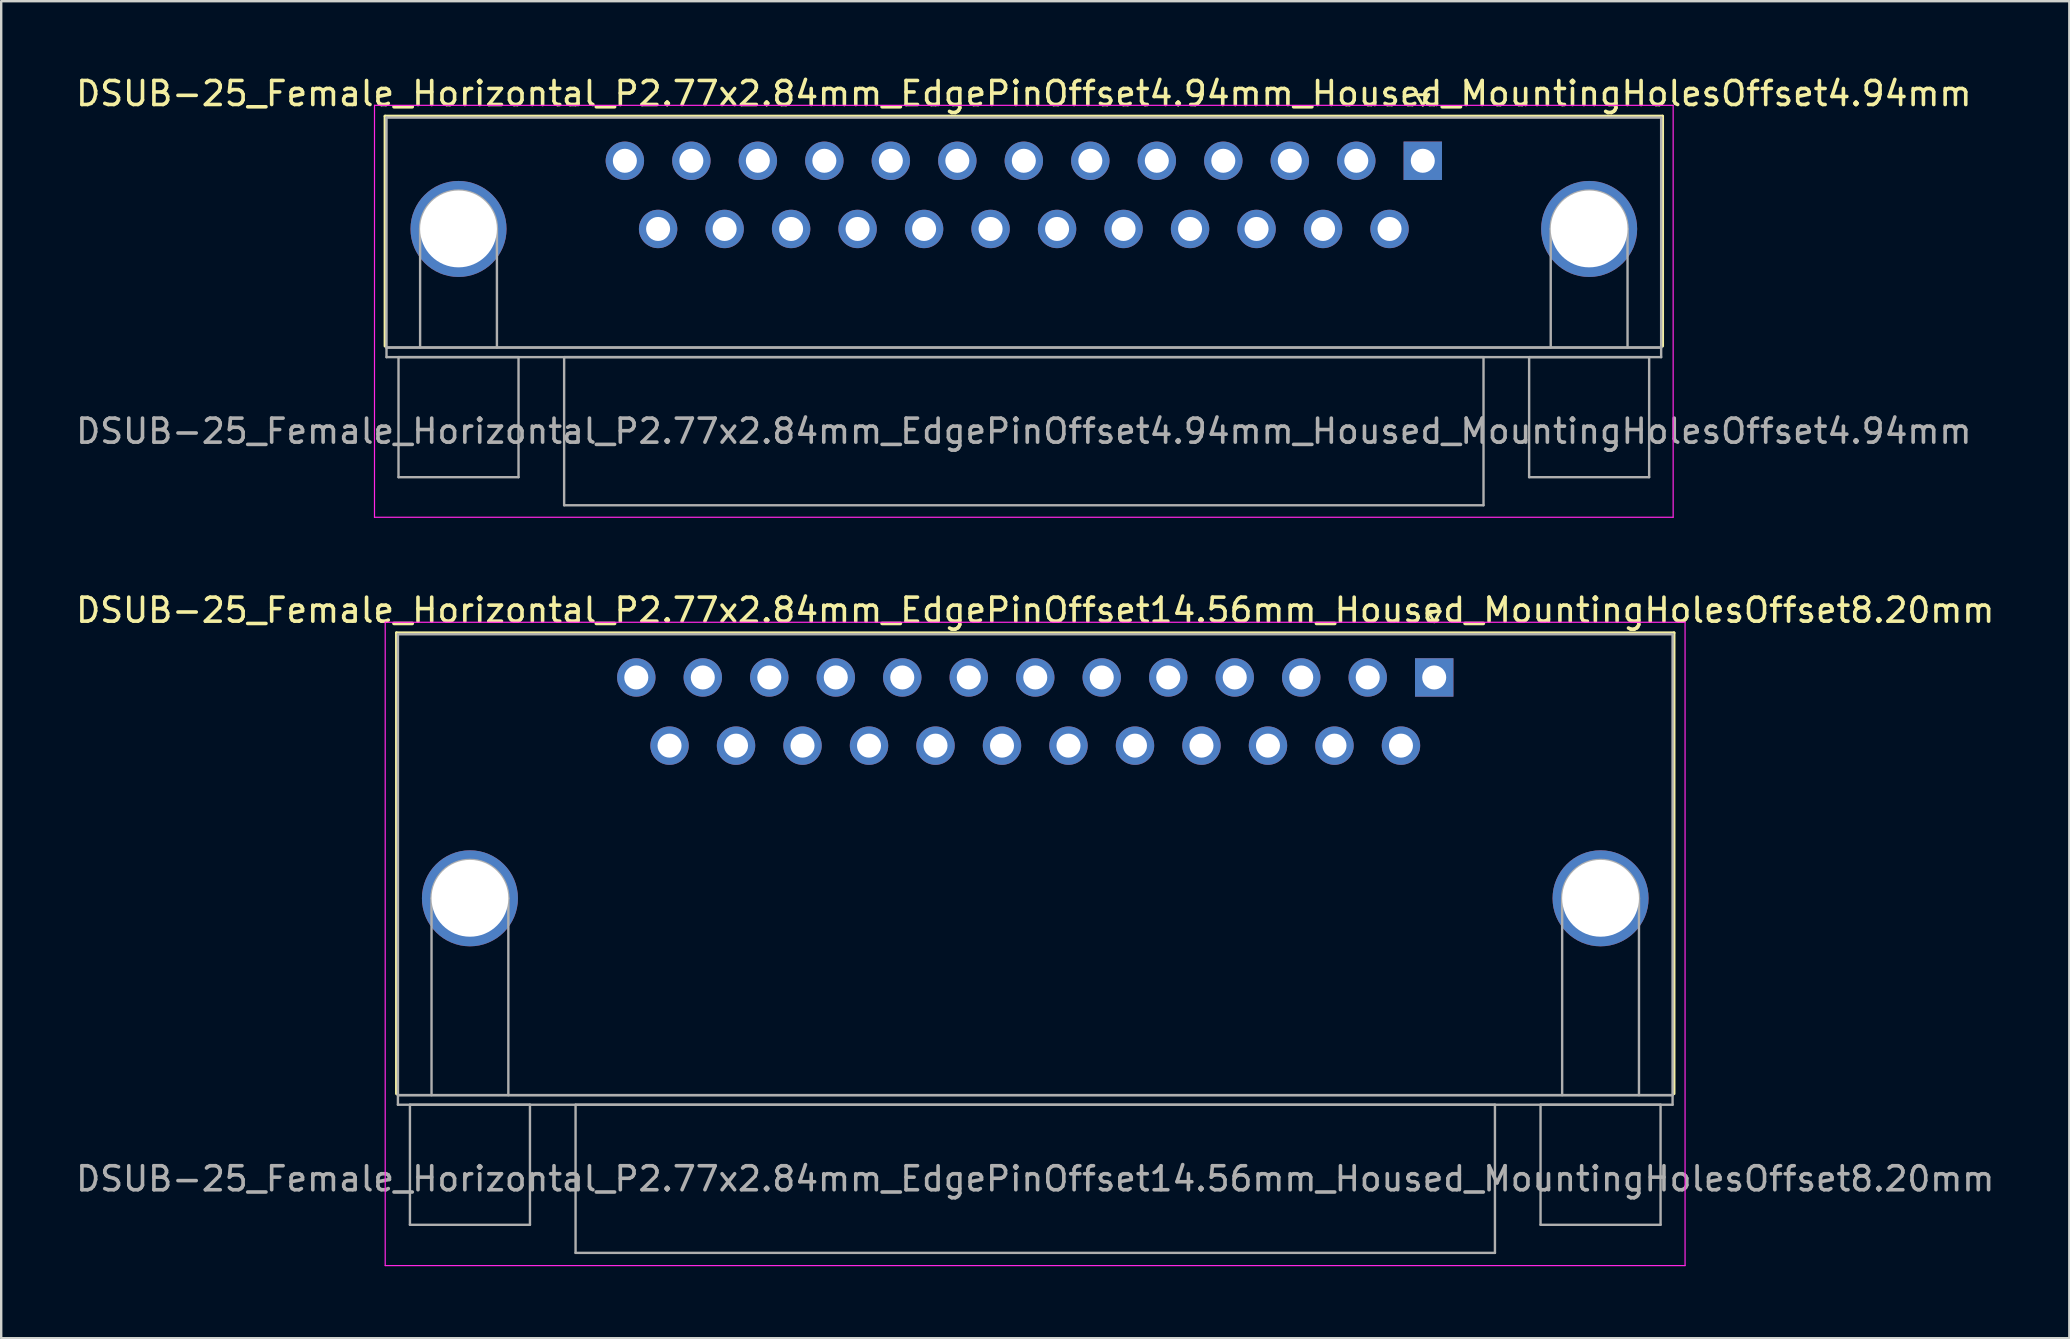
<source format=kicad_pcb>
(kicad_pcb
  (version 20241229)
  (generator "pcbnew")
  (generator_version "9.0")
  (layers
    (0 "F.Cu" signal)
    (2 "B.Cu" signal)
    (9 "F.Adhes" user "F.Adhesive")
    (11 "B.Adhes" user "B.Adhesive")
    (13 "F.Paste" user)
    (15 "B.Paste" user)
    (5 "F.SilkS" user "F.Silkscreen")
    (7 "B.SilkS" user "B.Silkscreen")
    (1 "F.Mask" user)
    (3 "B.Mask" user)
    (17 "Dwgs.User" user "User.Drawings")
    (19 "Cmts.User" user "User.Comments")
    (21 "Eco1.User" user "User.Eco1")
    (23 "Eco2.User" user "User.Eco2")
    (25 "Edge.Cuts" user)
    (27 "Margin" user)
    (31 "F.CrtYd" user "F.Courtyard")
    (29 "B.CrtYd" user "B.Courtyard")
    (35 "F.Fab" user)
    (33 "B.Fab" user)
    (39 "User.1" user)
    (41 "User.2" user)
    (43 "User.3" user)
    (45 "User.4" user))
  (footprint "DSUB-25_Female_Horizontal_P2.77x2.84mm_EdgePinOffset4.94mm_Housed_MountingHolesOffset4.94mm"
    (layer "F.Cu")
    (at 56.221 3.648)
    (property "Reference" "DSUB-25_Female_Horizontal_P2.77x2.84mm_EdgePinOffset4.94mm_Housed_MountingHolesOffset4.94mm" (at -16.62 -2.8 0) (layer "F.SilkS") (effects (font (size 1 1) (thickness 0.15))))
    (attr through_hole)
    (fp_line (start -43.23 -1.86) (end 9.99 -1.86) (stroke (width 0.12) (type solid)) (layer "F.SilkS"))
    (fp_line (start -43.23 7.72) (end -43.23 -1.86) (stroke (width 0.12) (type solid)) (layer "F.SilkS"))
    (fp_line (start -0.25 -2.754) (end 0.25 -2.754) (stroke (width 0.12) (type solid)) (layer "F.SilkS"))
    (fp_line (start 0 -2.321) (end -0.25 -2.754) (stroke (width 0.12) (type solid)) (layer "F.SilkS"))
    (fp_line (start 0.25 -2.754) (end 0 -2.321) (stroke (width 0.12) (type solid)) (layer "F.SilkS"))
    (fp_line (start 9.99 -1.86) (end 9.99 7.72) (stroke (width 0.12) (type solid)) (layer "F.SilkS"))
    (fp_line (start -43.67 -2.31) (end -43.67 14.85) (stroke (width 0.05) (type solid)) (layer "F.CrtYd"))
    (fp_line (start -43.67 14.85) (end 10.43 14.85) (stroke (width 0.05) (type solid)) (layer "F.CrtYd"))
    (fp_line (start 10.43 -2.31) (end -43.67 -2.31) (stroke (width 0.05) (type solid)) (layer "F.CrtYd"))
    (fp_line (start 10.43 14.85) (end 10.43 -2.31) (stroke (width 0.05) (type solid)) (layer "F.CrtYd"))
    (fp_line (start -43.17 -1.8) (end -43.17 7.78) (stroke (width 0.1) (type solid)) (layer "F.Fab"))
    (fp_line (start -43.17 7.78) (end -43.17 8.18) (stroke (width 0.1) (type solid)) (layer "F.Fab"))
    (fp_line (start -43.17 7.78) (end 9.93 7.78) (stroke (width 0.1) (type solid)) (layer "F.Fab"))
    (fp_line (start -43.17 8.18) (end 9.93 8.18) (stroke (width 0.1) (type solid)) (layer "F.Fab"))
    (fp_line (start -42.67 8.18) (end -42.67 13.18) (stroke (width 0.1) (type solid)) (layer "F.Fab"))
    (fp_line (start -42.67 13.18) (end -37.67 13.18) (stroke (width 0.1) (type solid)) (layer "F.Fab"))
    (fp_line (start -41.77 7.78) (end -41.77 2.84) (stroke (width 0.1) (type solid)) (layer "F.Fab"))
    (fp_line (start -38.57 7.78) (end -38.57 2.84) (stroke (width 0.1) (type solid)) (layer "F.Fab"))
    (fp_line (start -37.67 8.18) (end -42.67 8.18) (stroke (width 0.1) (type solid)) (layer "F.Fab"))
    (fp_line (start -37.67 13.18) (end -37.67 8.18) (stroke (width 0.1) (type solid)) (layer "F.Fab"))
    (fp_line (start -35.77 8.18) (end -35.77 14.35) (stroke (width 0.1) (type solid)) (layer "F.Fab"))
    (fp_line (start -35.77 14.35) (end 2.53 14.35) (stroke (width 0.1) (type solid)) (layer "F.Fab"))
    (fp_line (start 2.53 8.18) (end -35.77 8.18) (stroke (width 0.1) (type solid)) (layer "F.Fab"))
    (fp_line (start 2.53 14.35) (end 2.53 8.18) (stroke (width 0.1) (type solid)) (layer "F.Fab"))
    (fp_line (start 4.43 8.18) (end 4.43 13.18) (stroke (width 0.1) (type solid)) (layer "F.Fab"))
    (fp_line (start 4.43 13.18) (end 9.43 13.18) (stroke (width 0.1) (type solid)) (layer "F.Fab"))
    (fp_line (start 5.33 7.78) (end 5.33 2.84) (stroke (width 0.1) (type solid)) (layer "F.Fab"))
    (fp_line (start 8.53 7.78) (end 8.53 2.84) (stroke (width 0.1) (type solid)) (layer "F.Fab"))
    (fp_line (start 9.43 8.18) (end 4.43 8.18) (stroke (width 0.1) (type solid)) (layer "F.Fab"))
    (fp_line (start 9.43 13.18) (end 9.43 8.18) (stroke (width 0.1) (type solid)) (layer "F.Fab"))
    (fp_line (start 9.93 -1.8) (end -43.17 -1.8) (stroke (width 0.1) (type solid)) (layer "F.Fab"))
    (fp_line (start 9.93 7.78) (end -43.17 7.78) (stroke (width 0.1) (type solid)) (layer "F.Fab"))
    (fp_line (start 9.93 7.78) (end 9.93 -1.8) (stroke (width 0.1) (type solid)) (layer "F.Fab"))
    (fp_line (start 9.93 8.18) (end 9.93 7.78) (stroke (width 0.1) (type solid)) (layer "F.Fab"))
    (fp_arc (start -41.77 2.84) (mid -40.17 1.24) (end -38.57 2.84) (stroke (width 0.1) (type solid)) (layer "F.Fab"))
    (fp_arc (start 5.33 2.84) (mid 6.93 1.24) (end 8.53 2.84) (stroke (width 0.1) (type solid)) (layer "F.Fab"))
    (fp_text user "${REFERENCE}" (at -16.62 11.265 0) (layer "F.Fab") (effects (font (size 1 1) (thickness 0.15))))
    (pad "0" thru_hole circle (at -40.17 2.84) (size 4 4) (drill 3.2) (layers "*.Cu" "*.Mask"))
    (pad "0" thru_hole circle (at 6.93 2.84) (size 4 4) (drill 3.2) (layers "*.Cu" "*.Mask"))
    (pad "1" thru_hole rect (at 0 0) (size 1.6 1.6) (drill 1) (layers "*.Cu" "*.Mask"))
    (pad "2" thru_hole circle (at -2.77 0) (size 1.6 1.6) (drill 1) (layers "*.Cu" "*.Mask"))
    (pad "3" thru_hole circle (at -5.54 0) (size 1.6 1.6) (drill 1) (layers "*.Cu" "*.Mask"))
    (pad "4" thru_hole circle (at -8.31 0) (size 1.6 1.6) (drill 1) (layers "*.Cu" "*.Mask"))
    (pad "5" thru_hole circle (at -11.08 0) (size 1.6 1.6) (drill 1) (layers "*.Cu" "*.Mask"))
    (pad "6" thru_hole circle (at -13.85 0) (size 1.6 1.6) (drill 1) (layers "*.Cu" "*.Mask"))
    (pad "7" thru_hole circle (at -16.62 0) (size 1.6 1.6) (drill 1) (layers "*.Cu" "*.Mask"))
    (pad "8" thru_hole circle (at -19.39 0) (size 1.6 1.6) (drill 1) (layers "*.Cu" "*.Mask"))
    (pad "9" thru_hole circle (at -22.16 0) (size 1.6 1.6) (drill 1) (layers "*.Cu" "*.Mask"))
    (pad "10" thru_hole circle (at -24.93 0) (size 1.6 1.6) (drill 1) (layers "*.Cu" "*.Mask"))
    (pad "11" thru_hole circle (at -27.7 0) (size 1.6 1.6) (drill 1) (layers "*.Cu" "*.Mask"))
    (pad "12" thru_hole circle (at -30.47 0) (size 1.6 1.6) (drill 1) (layers "*.Cu" "*.Mask"))
    (pad "13" thru_hole circle (at -33.24 0) (size 1.6 1.6) (drill 1) (layers "*.Cu" "*.Mask"))
    (pad "14" thru_hole circle (at -1.385 2.84) (size 1.6 1.6) (drill 1) (layers "*.Cu" "*.Mask"))
    (pad "15" thru_hole circle (at -4.155 2.84) (size 1.6 1.6) (drill 1) (layers "*.Cu" "*.Mask"))
    (pad "16" thru_hole circle (at -6.925 2.84) (size 1.6 1.6) (drill 1) (layers "*.Cu" "*.Mask"))
    (pad "17" thru_hole circle (at -9.695 2.84) (size 1.6 1.6) (drill 1) (layers "*.Cu" "*.Mask"))
    (pad "18" thru_hole circle (at -12.465 2.84) (size 1.6 1.6) (drill 1) (layers "*.Cu" "*.Mask"))
    (pad "19" thru_hole circle (at -15.235 2.84) (size 1.6 1.6) (drill 1) (layers "*.Cu" "*.Mask"))
    (pad "20" thru_hole circle (at -18.005 2.84) (size 1.6 1.6) (drill 1) (layers "*.Cu" "*.Mask"))
    (pad "21" thru_hole circle (at -20.775 2.84) (size 1.6 1.6) (drill 1) (layers "*.Cu" "*.Mask"))
    (pad "22" thru_hole circle (at -23.545 2.84) (size 1.6 1.6) (drill 1) (layers "*.Cu" "*.Mask"))
    (pad "23" thru_hole circle (at -26.315 2.84) (size 1.6 1.6) (drill 1) (layers "*.Cu" "*.Mask"))
    (pad "24" thru_hole circle (at -29.085 2.84) (size 1.6 1.6) (drill 1) (layers "*.Cu" "*.Mask"))
    (pad "25" thru_hole circle (at -31.855 2.84) (size 1.6 1.6) (drill 1) (layers "*.Cu" "*.Mask")))
  (footprint "DSUB-25_Female_Horizontal_P2.77x2.84mm_EdgePinOffset14.56mm_Housed_MountingHolesOffset8.20mm"
    (layer "F.Cu")
    (at 56.697 25.172)
    (property "Reference" "DSUB-25_Female_Horizontal_P2.77x2.84mm_EdgePinOffset14.56mm_Housed_MountingHolesOffset8.20mm" (at -16.62 -2.8 0) (layer "F.SilkS") (effects (font (size 1 1) (thickness 0.15))))
    (attr through_hole)
    (fp_line (start -43.23 -1.86) (end 9.99 -1.86) (stroke (width 0.12) (type solid)) (layer "F.SilkS"))
    (fp_line (start -43.23 17.34) (end -43.23 -1.86) (stroke (width 0.12) (type solid)) (layer "F.SilkS"))
    (fp_line (start -0.25 -2.754) (end 0.25 -2.754) (stroke (width 0.12) (type solid)) (layer "F.SilkS"))
    (fp_line (start 0 -2.321) (end -0.25 -2.754) (stroke (width 0.12) (type solid)) (layer "F.SilkS"))
    (fp_line (start 0.25 -2.754) (end 0 -2.321) (stroke (width 0.12) (type solid)) (layer "F.SilkS"))
    (fp_line (start 9.99 -1.86) (end 9.99 17.34) (stroke (width 0.12) (type solid)) (layer "F.SilkS"))
    (fp_line (start -43.7 -2.3) (end -43.7 24.5) (stroke (width 0.05) (type solid)) (layer "F.CrtYd"))
    (fp_line (start -43.7 24.5) (end 10.45 24.5) (stroke (width 0.05) (type solid)) (layer "F.CrtYd"))
    (fp_line (start 10.45 -2.3) (end -43.7 -2.3) (stroke (width 0.05) (type solid)) (layer "F.CrtYd"))
    (fp_line (start 10.45 24.5) (end 10.45 -2.3) (stroke (width 0.05) (type solid)) (layer "F.CrtYd"))
    (fp_line (start -43.17 -1.8) (end -43.17 17.4) (stroke (width 0.1) (type solid)) (layer "F.Fab"))
    (fp_line (start -43.17 17.4) (end -43.17 17.8) (stroke (width 0.1) (type solid)) (layer "F.Fab"))
    (fp_line (start -43.17 17.4) (end 9.93 17.4) (stroke (width 0.1) (type solid)) (layer "F.Fab"))
    (fp_line (start -43.17 17.8) (end 9.93 17.8) (stroke (width 0.1) (type solid)) (layer "F.Fab"))
    (fp_line (start -42.67 17.8) (end -42.67 22.8) (stroke (width 0.1) (type solid)) (layer "F.Fab"))
    (fp_line (start -42.67 22.8) (end -37.67 22.8) (stroke (width 0.1) (type solid)) (layer "F.Fab"))
    (fp_line (start -41.77 17.4) (end -41.77 9.2) (stroke (width 0.1) (type solid)) (layer "F.Fab"))
    (fp_line (start -38.57 17.4) (end -38.57 9.2) (stroke (width 0.1) (type solid)) (layer "F.Fab"))
    (fp_line (start -37.67 17.8) (end -42.67 17.8) (stroke (width 0.1) (type solid)) (layer "F.Fab"))
    (fp_line (start -37.67 22.8) (end -37.67 17.8) (stroke (width 0.1) (type solid)) (layer "F.Fab"))
    (fp_line (start -35.77 17.8) (end -35.77 23.97) (stroke (width 0.1) (type solid)) (layer "F.Fab"))
    (fp_line (start -35.77 23.97) (end 2.53 23.97) (stroke (width 0.1) (type solid)) (layer "F.Fab"))
    (fp_line (start 2.53 17.8) (end -35.77 17.8) (stroke (width 0.1) (type solid)) (layer "F.Fab"))
    (fp_line (start 2.53 23.97) (end 2.53 17.8) (stroke (width 0.1) (type solid)) (layer "F.Fab"))
    (fp_line (start 4.43 17.8) (end 4.43 22.8) (stroke (width 0.1) (type solid)) (layer "F.Fab"))
    (fp_line (start 4.43 22.8) (end 9.43 22.8) (stroke (width 0.1) (type solid)) (layer "F.Fab"))
    (fp_line (start 5.33 17.4) (end 5.33 9.2) (stroke (width 0.1) (type solid)) (layer "F.Fab"))
    (fp_line (start 8.53 17.4) (end 8.53 9.2) (stroke (width 0.1) (type solid)) (layer "F.Fab"))
    (fp_line (start 9.43 17.8) (end 4.43 17.8) (stroke (width 0.1) (type solid)) (layer "F.Fab"))
    (fp_line (start 9.43 22.8) (end 9.43 17.8) (stroke (width 0.1) (type solid)) (layer "F.Fab"))
    (fp_line (start 9.93 -1.8) (end -43.17 -1.8) (stroke (width 0.1) (type solid)) (layer "F.Fab"))
    (fp_line (start 9.93 17.4) (end -43.17 17.4) (stroke (width 0.1) (type solid)) (layer "F.Fab"))
    (fp_line (start 9.93 17.4) (end 9.93 -1.8) (stroke (width 0.1) (type solid)) (layer "F.Fab"))
    (fp_line (start 9.93 17.8) (end 9.93 17.4) (stroke (width 0.1) (type solid)) (layer "F.Fab"))
    (fp_arc (start -41.77 9.2) (mid -40.17 7.6) (end -38.57 9.2) (stroke (width 0.1) (type solid)) (layer "F.Fab"))
    (fp_arc (start 5.33 9.2) (mid 6.93 7.6) (end 8.53 9.2) (stroke (width 0.1) (type solid)) (layer "F.Fab"))
    (fp_text user "${REFERENCE}" (at -16.62 20.885 0) (layer "F.Fab") (effects (font (size 1 1) (thickness 0.15))))
    (pad "0" thru_hole circle (at -40.17 9.2) (size 4 4) (drill 3.2) (layers "*.Cu" "*.Mask"))
    (pad "0" thru_hole circle (at 6.93 9.2) (size 4 4) (drill 3.2) (layers "*.Cu" "*.Mask"))
    (pad "1" thru_hole rect (at 0 0) (size 1.6 1.6) (drill 1) (layers "*.Cu" "*.Mask"))
    (pad "2" thru_hole circle (at -2.77 0) (size 1.6 1.6) (drill 1) (layers "*.Cu" "*.Mask"))
    (pad "3" thru_hole circle (at -5.54 0) (size 1.6 1.6) (drill 1) (layers "*.Cu" "*.Mask"))
    (pad "4" thru_hole circle (at -8.31 0) (size 1.6 1.6) (drill 1) (layers "*.Cu" "*.Mask"))
    (pad "5" thru_hole circle (at -11.08 0) (size 1.6 1.6) (drill 1) (layers "*.Cu" "*.Mask"))
    (pad "6" thru_hole circle (at -13.85 0) (size 1.6 1.6) (drill 1) (layers "*.Cu" "*.Mask"))
    (pad "7" thru_hole circle (at -16.62 0) (size 1.6 1.6) (drill 1) (layers "*.Cu" "*.Mask"))
    (pad "8" thru_hole circle (at -19.39 0) (size 1.6 1.6) (drill 1) (layers "*.Cu" "*.Mask"))
    (pad "9" thru_hole circle (at -22.16 0) (size 1.6 1.6) (drill 1) (layers "*.Cu" "*.Mask"))
    (pad "10" thru_hole circle (at -24.93 0) (size 1.6 1.6) (drill 1) (layers "*.Cu" "*.Mask"))
    (pad "11" thru_hole circle (at -27.7 0) (size 1.6 1.6) (drill 1) (layers "*.Cu" "*.Mask"))
    (pad "12" thru_hole circle (at -30.47 0) (size 1.6 1.6) (drill 1) (layers "*.Cu" "*.Mask"))
    (pad "13" thru_hole circle (at -33.24 0) (size 1.6 1.6) (drill 1) (layers "*.Cu" "*.Mask"))
    (pad "14" thru_hole circle (at -1.385 2.84) (size 1.6 1.6) (drill 1) (layers "*.Cu" "*.Mask"))
    (pad "15" thru_hole circle (at -4.155 2.84) (size 1.6 1.6) (drill 1) (layers "*.Cu" "*.Mask"))
    (pad "16" thru_hole circle (at -6.925 2.84) (size 1.6 1.6) (drill 1) (layers "*.Cu" "*.Mask"))
    (pad "17" thru_hole circle (at -9.695 2.84) (size 1.6 1.6) (drill 1) (layers "*.Cu" "*.Mask"))
    (pad "18" thru_hole circle (at -12.465 2.84) (size 1.6 1.6) (drill 1) (layers "*.Cu" "*.Mask"))
    (pad "19" thru_hole circle (at -15.235 2.84) (size 1.6 1.6) (drill 1) (layers "*.Cu" "*.Mask"))
    (pad "20" thru_hole circle (at -18.005 2.84) (size 1.6 1.6) (drill 1) (layers "*.Cu" "*.Mask"))
    (pad "21" thru_hole circle (at -20.775 2.84) (size 1.6 1.6) (drill 1) (layers "*.Cu" "*.Mask"))
    (pad "22" thru_hole circle (at -23.545 2.84) (size 1.6 1.6) (drill 1) (layers "*.Cu" "*.Mask"))
    (pad "23" thru_hole circle (at -26.315 2.84) (size 1.6 1.6) (drill 1) (layers "*.Cu" "*.Mask"))
    (pad "24" thru_hole circle (at -29.085 2.84) (size 1.6 1.6) (drill 1) (layers "*.Cu" "*.Mask"))
    (pad "25" thru_hole circle (at -31.855 2.84) (size 1.6 1.6) (drill 1) (layers "*.Cu" "*.Mask")))
  (gr_rect
    (start -3 -3)
    (end 83.155 52.697)
    (stroke (width 0.1) (type default))
    (fill no)
    (layer "Edge.Cuts")))
</source>
